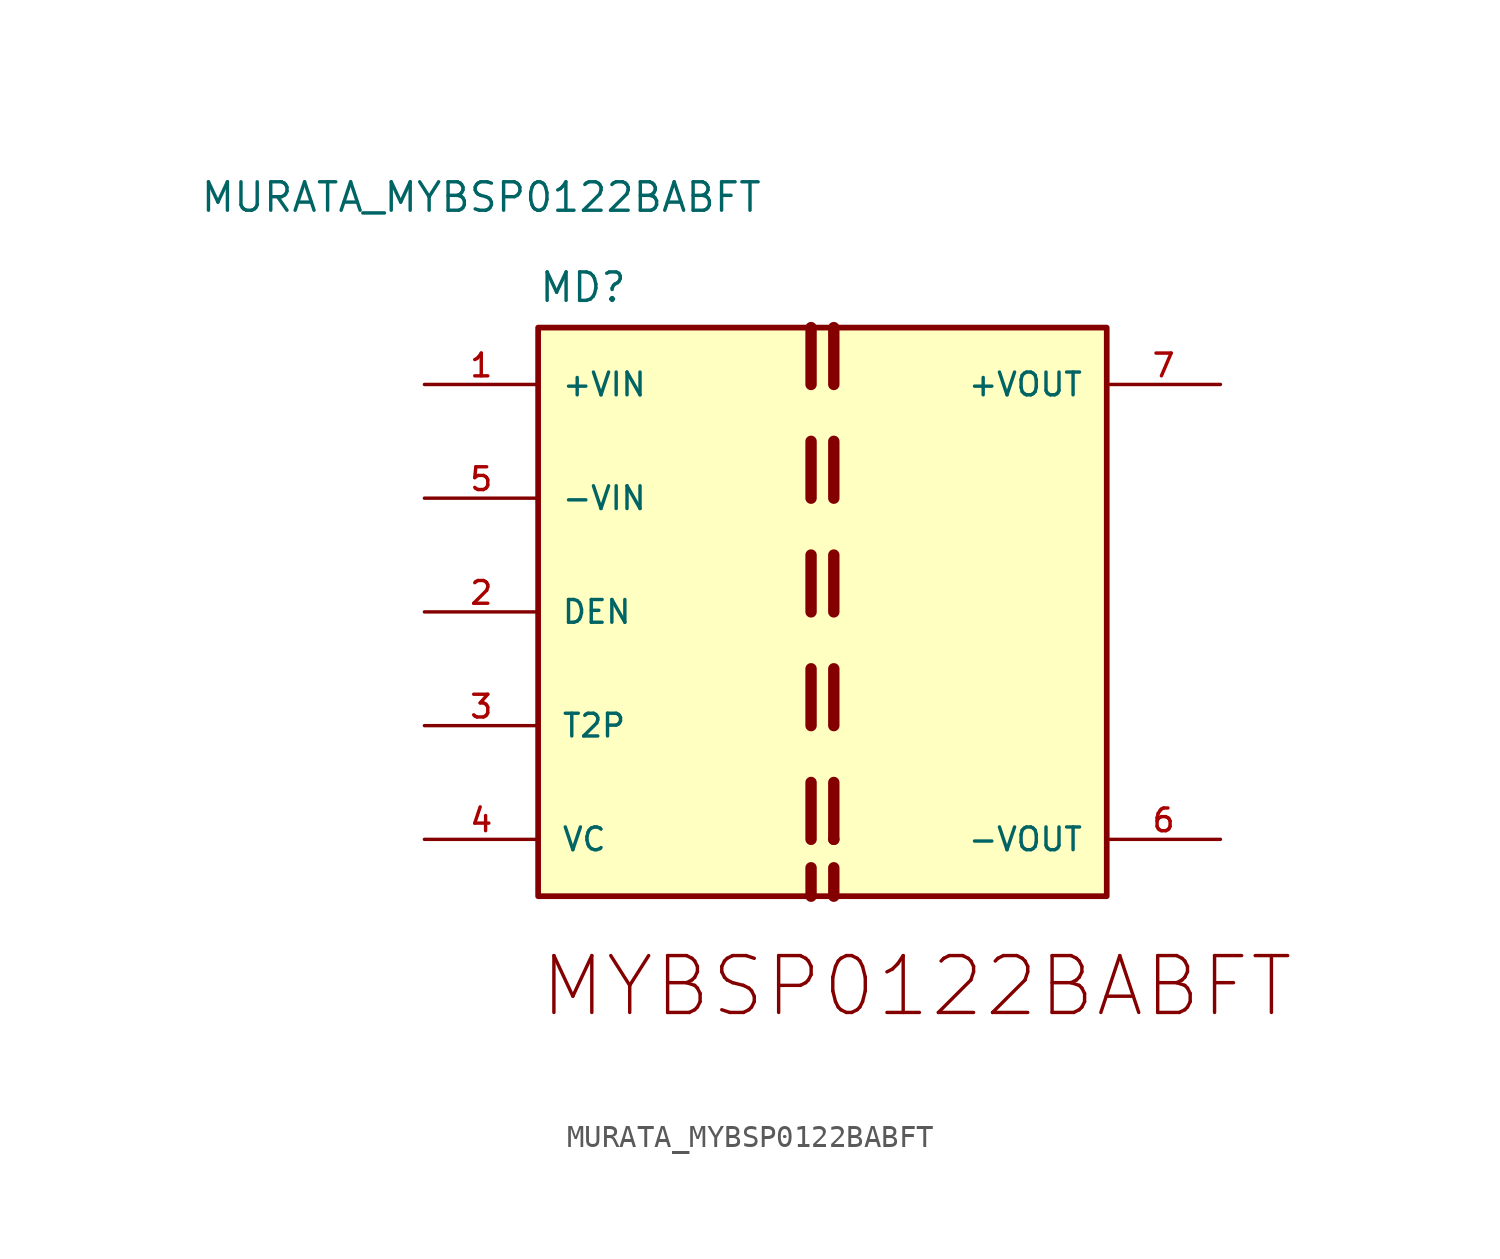
<source format=kicad_sym>
(kicad_symbol_lib
  (version 20211014)
  (generator kicad_symbol_editor)
  (symbol "MURATA_MYBSP0122BABFT"
    (pin_names
      (offset 1.016))
    (property "Reference" "MD"
      (at 2.54 -2.54 0)
      (effects (font (size 1.27 1.27)) (justify top left)))
    (property "Value" "MURATA_MYBSP0122BABFT"
      (at 0 0.0 0)
      (effects (font (size 1.27 1.27)) (justify bottom)))
    (symbol "MURATA_MYBSP0122BABFT_0_0"
      (polyline (pts (xy 14.732 -5.08) (xy 14.732 -7.62)) (stroke (width 0.508)))
      (polyline (pts (xy 14.732 -10.16) (xy 14.732 -12.7)) (stroke (width 0.508)))
      (polyline (pts (xy 14.732 -15.24) (xy 14.732 -17.78)) (stroke (width 0.508)))
      (polyline (pts (xy 14.732 -20.32) (xy 14.732 -22.86)) (stroke (width 0.508)))
      (polyline (pts (xy 14.732 -25.4) (xy 14.732 -27.94)) (stroke (width 0.508)))
      (polyline (pts (xy 14.732 -29.21) (xy 14.732 -30.48)) (stroke (width 0.508)))
      (polyline (pts (xy 15.748 -30.48) (xy 15.748 -29.21)) (stroke (width 0.508)))
      (polyline (pts (xy 15.748 -7.62) (xy 15.748 -5.08)) (stroke (width 0.508)))
      (polyline (pts (xy 15.748 -10.16) (xy 15.748 -12.7)) (stroke (width 0.508)))
      (polyline (pts (xy 15.748 -15.24) (xy 15.748 -17.78)) (stroke (width 0.508)))
      (polyline (pts (xy 15.748 -20.32) (xy 15.748 -22.86)) (stroke (width 0.508)))
      (polyline (pts (xy 15.748 -27.94) (xy 15.748 -27.94)) (stroke (width 0.508)))
      (polyline (pts (xy 15.748 -27.94) (xy 15.748 -25.4)) (stroke (width 0.508)))
      (text "MYBSP0122BABFT" (at 2.54 -33.02 0) (effects (font (size 2.54 2.54)) (justify top left)))
      (rectangle (start 2.54 -30.48) (end 27.94 -5.08) (stroke (width 0.254)) (fill (type background)))
      (pin power_in line (at -2.54 -7.62 0) (length 5.08) (name "+VIN" (effects (font (size 1.016 1.016)))) (number "1" (effects (font (size 1.016 1.016)))))
      (pin power_in line (at 33.02 -7.62 180.0) (length 5.08) (name "+VOUT" (effects (font (size 1.016 1.016)))) (number "7" (effects (font (size 1.016 1.016)))))
      (pin power_in line (at -2.54 -12.7 0) (length 5.08) (name "-VIN" (effects (font (size 1.016 1.016)))) (number "5" (effects (font (size 1.016 1.016)))))
      (pin power_in line (at 33.02 -27.94 180.0) (length 5.08) (name "-VOUT" (effects (font (size 1.016 1.016)))) (number "6" (effects (font (size 1.016 1.016)))))
      (pin passive line (at -2.54 -17.78 0) (length 5.08) (name "DEN" (effects (font (size 1.016 1.016)))) (number "2" (effects (font (size 1.016 1.016)))))
      (pin passive line (at -2.54 -22.86 0) (length 5.08) (name "T2P" (effects (font (size 1.016 1.016)))) (number "3" (effects (font (size 1.016 1.016)))))
      (pin power_in line (at -2.54 -27.94 0) (length 5.08) (name "VC" (effects (font (size 1.016 1.016)))) (number "4" (effects (font (size 1.016 1.016))))))))
</source>
